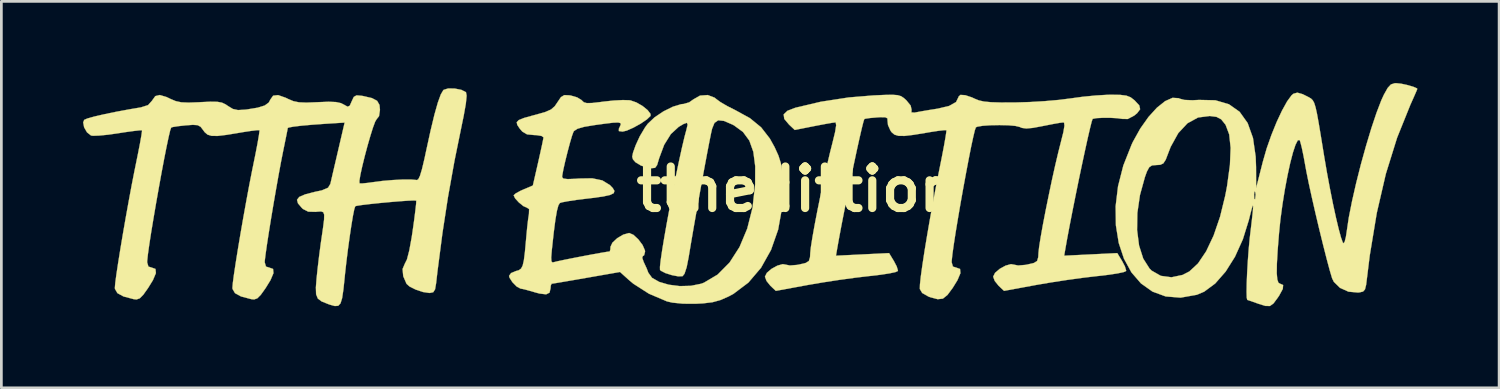
<source format=kicad_pcb>
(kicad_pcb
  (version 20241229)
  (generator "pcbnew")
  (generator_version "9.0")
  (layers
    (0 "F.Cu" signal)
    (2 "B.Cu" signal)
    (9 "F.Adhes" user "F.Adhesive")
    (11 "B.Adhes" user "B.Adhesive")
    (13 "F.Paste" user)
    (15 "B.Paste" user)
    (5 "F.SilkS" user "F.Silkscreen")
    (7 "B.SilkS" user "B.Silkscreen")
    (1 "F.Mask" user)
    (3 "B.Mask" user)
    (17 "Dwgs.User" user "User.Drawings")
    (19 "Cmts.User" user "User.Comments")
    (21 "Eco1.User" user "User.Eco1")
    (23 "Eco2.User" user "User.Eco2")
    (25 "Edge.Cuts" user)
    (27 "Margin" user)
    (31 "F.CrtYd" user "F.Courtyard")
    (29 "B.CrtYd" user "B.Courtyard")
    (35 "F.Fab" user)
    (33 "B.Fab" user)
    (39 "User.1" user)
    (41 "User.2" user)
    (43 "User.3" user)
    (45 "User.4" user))
  (footprint "tthedittion"
    (layer "F.Cu")
    (at 26.23 3.9)
    (property "Reference" "tthedittion" (at 0 0 0) (layer "F.SilkS") (effects (font (size 1.524 1.524) (thickness 0.3))))
    (attr through_hole)
    (fp_poly (pts (xy 22.187 -3.875) (xy 22.414 -3.826) (xy 22.624 -3.765) (xy 22.757 -3.708) (xy 22.775 -3.686) (xy 22.743 -3.604) (xy 22.658 -3.409) (xy 22.539 -3.142) (xy 22.529 -3.122) (xy 22.033 -1.891) (xy 21.62 -0.566) (xy 21.287 0.871) (xy 21.028 2.437) (xy 20.932 3.217) (xy 20.895 3.513) (xy 20.853 3.68) (xy 20.783 3.758) (xy 20.66 3.787) (xy 20.598 3.794) (xy 20.248 3.763) (xy 19.935 3.622) (xy 19.709 3.4) (xy 19.646 3.271) (xy 19.559 2.978) (xy 19.446 2.556) (xy 19.315 2.041) (xy 19.175 1.471) (xy 19.035 0.881) (xy 18.904 0.307) (xy 18.79 -0.212) (xy 18.703 -0.641) (xy 18.665 -0.847) (xy 18.597 -1.219) (xy 18.532 -1.53) (xy 18.478 -1.74) (xy 18.45 -1.81) (xy 18.384 -1.794) (xy 18.302 -1.633) (xy 18.208 -1.35) (xy 18.108 -0.967) (xy 18.008 -0.507) (xy 17.911 0.008) (xy 17.823 0.553) (xy 17.748 1.108) (xy 17.697 1.609) (xy 17.646 2.248) (xy 17.618 2.735) (xy 17.613 3.085) (xy 17.633 3.314) (xy 17.676 3.437) (xy 17.738 3.471) (xy 17.847 3.518) (xy 17.835 3.661) (xy 17.7 3.91) (xy 17.641 3.996) (xy 17.492 4.196) (xy 17.363 4.288) (xy 17.2 4.287) (xy 16.944 4.208) (xy 16.891 4.189) (xy 16.678 4.113) (xy 16.548 4.07) (xy 16.531 4.065) (xy 16.511 3.985) (xy 16.505 3.768) (xy 16.51 3.449) (xy 16.526 3.059) (xy 16.551 2.632) (xy 16.583 2.2) (xy 16.621 1.796) (xy 16.638 1.651) (xy 16.697 1.154) (xy 16.734 0.816) (xy 16.747 0.632) (xy 16.737 0.593) (xy 16.701 0.691) (xy 16.641 0.918) (xy 16.588 1.132) (xy 16.368 1.84) (xy 16.079 2.479) (xy 15.735 3.026) (xy 15.353 3.462) (xy 14.947 3.763) (xy 14.68 3.876) (xy 14.081 3.982) (xy 13.535 3.938) (xy 13.049 3.76) (xy 12.627 3.46) (xy 12.276 3.054) (xy 12.002 2.553) (xy 11.809 1.973) (xy 11.733 1.499) (xy 12.483 1.499) (xy 12.556 2.068) (xy 12.709 2.549) (xy 12.941 2.914) (xy 13.017 2.989) (xy 13.354 3.181) (xy 13.746 3.234) (xy 14.154 3.148) (xy 14.403 3.02) (xy 14.721 2.725) (xy 15.021 2.279) (xy 15.294 1.702) (xy 15.531 1.011) (xy 15.724 0.224) (xy 15.726 0.212) (xy 16.781 0.212) (xy 16.79 0.356) (xy 16.816 0.369) (xy 16.82 0.361) (xy 16.836 0.193) (xy 16.823 0.107) (xy 16.796 0.073) (xy 16.781 0.185) (xy 16.781 0.212) (xy 15.726 0.212) (xy 15.788 -0.117) (xy 15.893 -0.887) (xy 15.919 -1.52) (xy 15.867 -2.012) (xy 15.737 -2.359) (xy 15.724 -2.379) (xy 15.571 -2.568) (xy 15.399 -2.658) (xy 15.153 -2.69) (xy 14.723 -2.635) (xy 14.334 -2.423) (xy 13.996 -2.061) (xy 13.718 -1.559) (xy 13.634 -1.343) (xy 13.535 -1.084) (xy 13.447 -0.949) (xy 13.334 -0.897) (xy 13.198 -0.889) (xy 13.035 -0.876) (xy 12.93 -0.809) (xy 12.844 -0.649) (xy 12.771 -0.448) (xy 12.589 0.213) (xy 12.493 0.872) (xy 12.483 1.499) (xy 11.733 1.499) (xy 11.705 1.326) (xy 11.695 0.628) (xy 11.784 -0.11) (xy 11.978 -0.871) (xy 12.284 -1.644) (xy 12.328 -1.738) (xy 12.601 -2.229) (xy 12.902 -2.654) (xy 13.212 -2.995) (xy 13.513 -3.235) (xy 13.785 -3.357) (xy 14.012 -3.344) (xy 14.05 -3.325) (xy 14.221 -3.28) (xy 14.512 -3.268) (xy 14.759 -3.28) (xy 15.358 -3.267) (xy 15.854 -3.122) (xy 16.249 -2.844) (xy 16.544 -2.431) (xy 16.74 -1.882) (xy 16.839 -1.195) (xy 16.853 -0.81) (xy 16.856 -0.042) (xy 17.104 -1.016) (xy 17.243 -1.499) (xy 17.417 -1.993) (xy 17.609 -2.467) (xy 17.807 -2.889) (xy 17.994 -3.227) (xy 18.158 -3.45) (xy 18.225 -3.507) (xy 18.37 -3.547) (xy 18.563 -3.492) (xy 18.691 -3.429) (xy 18.793 -3.377) (xy 18.872 -3.33) (xy 18.935 -3.267) (xy 18.989 -3.168) (xy 19.038 -3.011) (xy 19.09 -2.777) (xy 19.151 -2.443) (xy 19.227 -1.989) (xy 19.324 -1.394) (xy 19.351 -1.228) (xy 19.455 -0.62) (xy 19.566 -0.024) (xy 19.678 0.538) (xy 19.787 1.04) (xy 19.887 1.459) (xy 19.972 1.771) (xy 20.037 1.952) (xy 20.062 1.987) (xy 20.106 1.934) (xy 20.152 1.753) (xy 20.184 1.543) (xy 20.259 1.04) (xy 20.378 0.44) (xy 20.529 -0.223) (xy 20.704 -0.915) (xy 20.894 -1.599) (xy 21.088 -2.242) (xy 21.278 -2.809) (xy 21.453 -3.265) (xy 21.548 -3.472) (xy 21.688 -3.721) (xy 21.807 -3.849) (xy 21.946 -3.893) (xy 22.002 -3.895) (xy 22.187 -3.875)) (stroke (width 0.01) (type solid)) (fill yes) (layer "F.SilkS"))
    (fp_poly (pts (xy 11.867 -3.465) (xy 12.091 -3.437) (xy 12.247 -3.376) (xy 12.384 -3.27) (xy 12.391 -3.264) (xy 12.564 -3.078) (xy 12.595 -2.938) (xy 12.486 -2.794) (xy 12.384 -2.709) (xy 12.141 -2.579) (xy 11.94 -2.583) (xy 11.755 -2.609) (xy 11.496 -2.623) (xy 11.221 -2.623) (xy 10.989 -2.611) (xy 10.858 -2.586) (xy 10.85 -2.581) (xy 10.816 -2.484) (xy 10.756 -2.245) (xy 10.673 -1.889) (xy 10.574 -1.44) (xy 10.463 -0.923) (xy 10.345 -0.363) (xy 10.227 0.216) (xy 10.112 0.789) (xy 10.006 1.332) (xy 9.914 1.821) (xy 9.859 2.131) (xy 9.805 2.442) (xy 11.756 2.346) (xy 11.931 2.634) (xy 12.037 2.836) (xy 12.081 2.983) (xy 12.079 3.004) (xy 11.989 3.044) (xy 11.764 3.092) (xy 11.437 3.142) (xy 11.041 3.188) (xy 11.018 3.19) (xy 10.517 3.249) (xy 9.926 3.33) (xy 9.319 3.423) (xy 8.791 3.513) (xy 7.597 3.733) (xy 7.397 3.545) (xy 7.256 3.37) (xy 7.197 3.212) (xy 7.197 3.211) (xy 7.267 3.071) (xy 7.439 2.924) (xy 7.654 2.806) (xy 7.852 2.751) (xy 7.948 2.768) (xy 8.114 2.801) (xy 8.381 2.779) (xy 8.459 2.764) (xy 8.695 2.708) (xy 8.811 2.635) (xy 8.853 2.496) (xy 8.862 2.334) (xy 8.886 2.114) (xy 8.942 1.762) (xy 9.023 1.308) (xy 9.124 0.785) (xy 9.238 0.225) (xy 9.357 -0.341) (xy 9.477 -0.881) (xy 9.591 -1.362) (xy 9.68 -1.714) (xy 9.775 -2.093) (xy 9.815 -2.329) (xy 9.803 -2.44) (xy 9.775 -2.455) (xy 9.646 -2.439) (xy 9.4 -2.396) (xy 9.085 -2.334) (xy 9.015 -2.32) (xy 8.657 -2.253) (xy 8.418 -2.231) (xy 8.255 -2.252) (xy 8.165 -2.289) (xy 8.01 -2.326) (xy 7.748 -2.349) (xy 7.428 -2.356) (xy 7.099 -2.35) (xy 6.811 -2.33) (xy 6.615 -2.297) (xy 6.563 -2.273) (xy 6.525 -2.169) (xy 6.466 -1.923) (xy 6.388 -1.562) (xy 6.299 -1.111) (xy 6.201 -0.596) (xy 6.099 -0.043) (xy 5.998 0.522) (xy 5.904 1.073) (xy 5.819 1.585) (xy 5.75 2.032) (xy 5.7 2.388) (xy 5.675 2.627) (xy 5.673 2.683) (xy 5.719 2.841) (xy 5.842 2.879) (xy 5.981 2.929) (xy 5.995 3.083) (xy 5.884 3.344) (xy 5.713 3.621) (xy 5.518 3.884) (xy 5.351 4.018) (xy 5.16 4.039) (xy 4.893 3.968) (xy 4.826 3.945) (xy 4.591 3.812) (xy 4.504 3.664) (xy 4.508 3.505) (xy 4.54 3.204) (xy 4.598 2.786) (xy 4.676 2.274) (xy 4.772 1.694) (xy 4.88 1.069) (xy 4.998 0.423) (xy 5.12 -0.219) (xy 5.218 -0.709) (xy 5.312 -1.178) (xy 5.39 -1.585) (xy 5.446 -1.904) (xy 5.477 -2.108) (xy 5.48 -2.168) (xy 5.388 -2.168) (xy 5.171 -2.143) (xy 4.867 -2.096) (xy 4.736 -2.073) (xy 4.272 -1.997) (xy 3.943 -1.958) (xy 3.72 -1.961) (xy 3.572 -2.005) (xy 3.468 -2.093) (xy 3.426 -2.152) (xy 3.335 -2.355) (xy 3.318 -2.512) (xy 3.313 -2.603) (xy 3.234 -2.643) (xy 3.04 -2.645) (xy 2.921 -2.637) (xy 2.672 -2.615) (xy 2.504 -2.59) (xy 2.466 -2.578) (xy 2.433 -2.482) (xy 2.373 -2.244) (xy 2.291 -1.89) (xy 2.192 -1.443) (xy 2.082 -0.928) (xy 1.965 -0.369) (xy 1.846 0.208) (xy 1.732 0.78) (xy 1.626 1.321) (xy 1.535 1.808) (xy 1.477 2.131) (xy 1.423 2.442) (xy 3.374 2.346) (xy 3.549 2.634) (xy 3.655 2.836) (xy 3.699 2.983) (xy 3.697 3.004) (xy 3.607 3.044) (xy 3.382 3.092) (xy 3.055 3.142) (xy 2.659 3.188) (xy 2.636 3.19) (xy 2.135 3.249) (xy 1.544 3.33) (xy 0.937 3.423) (xy 0.409 3.513) (xy -0.785 3.733) (xy -0.985 3.545) (xy -1.126 3.37) (xy -1.185 3.212) (xy -1.185 3.211) (xy -1.115 3.071) (xy -0.943 2.924) (xy -0.728 2.806) (xy -0.53 2.751) (xy -0.434 2.768) (xy -0.268 2.801) (xy -0.001 2.779) (xy 0.077 2.764) (xy 0.313 2.708) (xy 0.429 2.635) (xy 0.471 2.496) (xy 0.48 2.334) (xy 0.504 2.114) (xy 0.56 1.762) (xy 0.641 1.308) (xy 0.742 0.785) (xy 0.856 0.225) (xy 0.975 -0.341) (xy 1.095 -0.881) (xy 1.209 -1.362) (xy 1.298 -1.714) (xy 1.391 -2.096) (xy 1.431 -2.347) (xy 1.414 -2.453) (xy 1.405 -2.455) (xy 1.284 -2.44) (xy 1.042 -2.398) (xy 0.724 -2.338) (xy 0.611 -2.316) (xy -0.09 -2.177) (xy -0.299 -2.373) (xy -0.475 -2.583) (xy -0.497 -2.748) (xy -0.359 -2.881) (xy -0.064 -2.994) (xy 0.872 -3.214) (xy 1.893 -3.371) (xy 2.794 -3.445) (xy 3.213 -3.464) (xy 3.499 -3.469) (xy 3.687 -3.455) (xy 3.815 -3.417) (xy 3.917 -3.349) (xy 4.008 -3.267) (xy 4.167 -3.073) (xy 4.201 -2.918) (xy 4.199 -2.911) (xy 4.195 -2.823) (xy 4.305 -2.814) (xy 4.382 -2.828) (xy 4.589 -2.866) (xy 4.891 -2.917) (xy 5.165 -2.96) (xy 5.579 -3.059) (xy 5.834 -3.202) (xy 5.926 -3.389) (xy 5.927 -3.403) (xy 5.995 -3.465) (xy 6.171 -3.454) (xy 6.416 -3.373) (xy 6.523 -3.323) (xy 6.674 -3.262) (xy 6.863 -3.22) (xy 7.121 -3.196) (xy 7.482 -3.185) (xy 7.978 -3.186) (xy 8.001 -3.186) (xy 8.53 -3.202) (xy 9.09 -3.235) (xy 9.615 -3.281) (xy 10.033 -3.334) (xy 10.487 -3.396) (xy 10.967 -3.443) (xy 11.393 -3.468) (xy 11.523 -3.471) (xy 11.867 -3.465)) (stroke (width 0.01) (type solid)) (fill yes) (layer "F.SilkS"))
    (fp_poly (pts (xy -3.03 -3.361) (xy -2.978 -3.317) (xy -2.825 -3.204) (xy -2.571 -3.055) (xy -2.276 -2.906) (xy -1.736 -2.61) (xy -1.326 -2.274) (xy -1.005 -1.861) (xy -0.831 -1.547) (xy -0.69 -1.237) (xy -0.603 -0.963) (xy -0.554 -0.659) (xy -0.527 -0.258) (xy -0.525 -0.22) (xy -0.552 0.66) (xy -0.7 1.483) (xy -0.962 2.23) (xy -1.329 2.885) (xy -1.793 3.429) (xy -2.345 3.845) (xy -2.517 3.937) (xy -2.819 4.07) (xy -3.11 4.15) (xy -3.458 4.192) (xy -3.725 4.206) (xy -4.194 4.204) (xy -4.585 4.165) (xy -4.784 4.119) (xy -5.445 3.838) (xy -6.019 3.47) (xy -6.179 3.336) (xy -6.508 3.039) (xy -7.745 3.255) (xy -8.181 3.331) (xy -8.556 3.395) (xy -8.838 3.443) (xy -8.997 3.468) (xy -9.021 3.471) (xy -9.052 3.542) (xy -9.059 3.636) (xy -9.096 3.798) (xy -9.221 3.86) (xy -9.461 3.832) (xy -9.587 3.799) (xy -9.852 3.723) (xy -10.004 3.681) (xy -10.09 3.662) (xy -10.159 3.651) (xy -10.16 3.651) (xy -10.303 3.574) (xy -10.459 3.416) (xy -10.567 3.248) (xy -10.583 3.182) (xy -10.51 3.08) (xy -10.336 3.007) (xy -10.223 2.974) (xy -10.142 2.915) (xy -10.083 2.803) (xy -10.039 2.61) (xy -10.001 2.309) (xy -9.961 1.874) (xy -9.949 1.736) (xy -9.917 1.399) (xy -9.882 1.098) (xy -9.853 0.91) (xy -9.847 0.731) (xy -9.927 0.677) (xy -10.057 0.62) (xy -10.223 0.486) (xy -10.362 0.333) (xy -10.414 0.224) (xy -10.343 0.157) (xy -10.165 0.059) (xy -10.062 0.013) (xy -9.709 -0.137) (xy -9.516 -0.979) (xy -9.435 -1.34) (xy -9.369 -1.642) (xy -9.328 -1.844) (xy -9.318 -1.905) (xy -9.39 -1.957) (xy -9.577 -1.987) (xy -9.663 -1.99) (xy -9.922 -2.015) (xy -10.095 -2.116) (xy -10.191 -2.227) (xy -10.282 -2.363) (xy -10.302 -2.461) (xy -10.228 -2.539) (xy -10.039 -2.616) (xy -9.714 -2.707) (xy -9.57 -2.745) (xy -9.247 -2.838) (xy -9.041 -2.929) (xy -8.905 -3.048) (xy -8.805 -3.195) (xy -8.677 -3.384) (xy -8.554 -3.457) (xy -8.365 -3.449) (xy -8.315 -3.441) (xy -8.082 -3.373) (xy -7.918 -3.273) (xy -7.904 -3.256) (xy -7.835 -3.193) (xy -7.725 -3.163) (xy -7.535 -3.167) (xy -7.228 -3.202) (xy -7.103 -3.219) (xy -6.738 -3.258) (xy -6.403 -3.275) (xy -6.159 -3.268) (xy -6.124 -3.263) (xy -5.905 -3.187) (xy -5.68 -3.057) (xy -5.494 -2.906) (xy -5.388 -2.767) (xy -5.386 -2.693) (xy -5.519 -2.566) (xy -5.748 -2.41) (xy -6.016 -2.262) (xy -6.261 -2.153) (xy -6.412 -2.117) (xy -6.55 -2.136) (xy -6.549 -2.225) (xy -6.519 -2.286) (xy -6.48 -2.375) (xy -6.491 -2.429) (xy -6.576 -2.451) (xy -6.761 -2.444) (xy -7.068 -2.407) (xy -7.434 -2.357) (xy -7.821 -2.293) (xy -8.066 -2.223) (xy -8.195 -2.14) (xy -8.217 -2.109) (xy -8.271 -1.962) (xy -8.348 -1.7) (xy -8.435 -1.373) (xy -8.52 -1.032) (xy -8.589 -0.726) (xy -8.629 -0.507) (xy -8.635 -0.446) (xy -8.59 -0.392) (xy -8.434 -0.372) (xy -8.145 -0.383) (xy -8.018 -0.393) (xy -7.528 -0.401) (xy -7.158 -0.324) (xy -6.879 -0.153) (xy -6.775 -0.044) (xy -6.713 0.062) (xy -6.738 0.144) (xy -6.871 0.21) (xy -7.129 0.267) (xy -7.53 0.322) (xy -7.717 0.344) (xy -8.097 0.391) (xy -8.417 0.439) (xy -8.639 0.481) (xy -8.717 0.506) (xy -8.771 0.592) (xy -8.825 0.793) (xy -8.882 1.123) (xy -8.943 1.593) (xy -9.011 2.219) (xy -9.013 2.232) (xy -9.035 2.508) (xy -9.027 2.649) (xy -8.982 2.69) (xy -8.926 2.676) (xy -8.809 2.647) (xy -8.568 2.596) (xy -8.245 2.531) (xy -7.883 2.461) (xy -7.523 2.393) (xy -7.208 2.336) (xy -6.98 2.298) (xy -6.886 2.286) (xy -6.863 2.215) (xy -6.858 2.115) (xy -6.787 1.963) (xy -6.612 1.8) (xy -6.391 1.668) (xy -6.179 1.609) (xy -6.167 1.609) (xy -6.013 1.676) (xy -5.835 1.842) (xy -5.679 2.05) (xy -5.593 2.246) (xy -5.588 2.292) (xy -5.623 2.427) (xy -5.669 2.455) (xy -5.692 2.519) (xy -5.638 2.674) (xy -5.631 2.688) (xy -5.53 2.905) (xy -5.469 3.065) (xy -5.332 3.254) (xy -5.068 3.404) (xy -4.716 3.507) (xy -4.316 3.558) (xy -3.908 3.548) (xy -3.53 3.472) (xy -3.425 3.433) (xy -2.923 3.135) (xy -2.485 2.693) (xy -2.119 2.124) (xy -1.835 1.446) (xy -1.64 0.675) (xy -1.545 -0.172) (xy -1.545 -0.176) (xy -1.542 -0.843) (xy -1.611 -1.374) (xy -1.758 -1.787) (xy -1.992 -2.104) (xy -2.32 -2.344) (xy -2.374 -2.373) (xy -2.689 -2.509) (xy -2.902 -2.532) (xy -3.039 -2.436) (xy -3.126 -2.223) (xy -3.166 -2.046) (xy -3.229 -1.732) (xy -3.311 -1.306) (xy -3.406 -0.798) (xy -3.51 -0.235) (xy -3.616 0.354) (xy -3.721 0.942) (xy -3.819 1.5) (xy -3.905 2.001) (xy -3.974 2.416) (xy -3.985 2.484) (xy -4.059 2.861) (xy -4.139 3.105) (xy -4.21 3.194) (xy -4.37 3.2) (xy -4.603 3.155) (xy -4.84 3.08) (xy -5.007 2.994) (xy -5.039 2.962) (xy -5.041 2.851) (xy -5.013 2.6) (xy -4.959 2.233) (xy -4.883 1.774) (xy -4.79 1.248) (xy -4.685 0.681) (xy -4.573 0.096) (xy -4.457 -0.481) (xy -4.343 -1.025) (xy -4.236 -1.513) (xy -4.14 -1.919) (xy -4.07 -2.18) (xy -4.025 -2.371) (xy -4.051 -2.44) (xy -4.173 -2.397) (xy -4.354 -2.29) (xy -4.64 -2.027) (xy -4.886 -1.632) (xy -5.07 -1.14) (xy -5.078 -1.112) (xy -5.146 -0.886) (xy -5.22 -0.786) (xy -5.35 -0.772) (xy -5.483 -0.792) (xy -5.736 -0.868) (xy -5.936 -0.988) (xy -5.947 -0.999) (xy -6.032 -1.096) (xy -6.06 -1.194) (xy -6.03 -1.344) (xy -5.939 -1.598) (xy -5.933 -1.615) (xy -5.781 -1.945) (xy -5.589 -2.269) (xy -5.49 -2.403) (xy -5.24 -2.639) (xy -4.913 -2.859) (xy -4.566 -3.031) (xy -4.259 -3.124) (xy -4.17 -3.132) (xy -3.968 -3.191) (xy -3.81 -3.302) (xy -3.569 -3.439) (xy -3.285 -3.459) (xy -3.03 -3.361)) (stroke (width 0.01) (type solid)) (fill yes) (layer "F.SilkS"))
    (fp_poly (pts (xy -12.58 -3.698) (xy -12.335 -3.65) (xy -12.167 -3.565) (xy -12.165 -3.563) (xy -12.142 -3.434) (xy -12.17 -3.145) (xy -12.249 -2.698) (xy -12.303 -2.438) (xy -12.588 -1.041) (xy -12.826 0.285) (xy -13.03 1.612) (xy -13.212 3.014) (xy -13.262 3.45) (xy -13.301 3.678) (xy -13.368 3.783) (xy -13.495 3.81) (xy -13.512 3.81) (xy -13.746 3.775) (xy -14.01 3.687) (xy -14.236 3.574) (xy -14.347 3.477) (xy -14.47 3.194) (xy -14.494 2.93) (xy -14.415 2.743) (xy -14.334 2.581) (xy -14.249 2.256) (xy -14.161 1.774) (xy -14.125 1.536) (xy -14.068 1.13) (xy -14.025 0.787) (xy -13.997 0.54) (xy -13.991 0.423) (xy -13.992 0.419) (xy -14.077 0.412) (xy -14.292 0.421) (xy -14.599 0.442) (xy -14.959 0.472) (xy -15.335 0.507) (xy -15.689 0.544) (xy -15.982 0.579) (xy -16.175 0.609) (xy -16.232 0.625) (xy -16.267 0.73) (xy -16.316 0.972) (xy -16.374 1.319) (xy -16.437 1.741) (xy -16.501 2.205) (xy -16.56 2.682) (xy -16.611 3.138) (xy -16.618 3.216) (xy -16.667 3.68) (xy -16.714 3.998) (xy -16.773 4.191) (xy -16.858 4.281) (xy -16.983 4.29) (xy -17.16 4.241) (xy -17.23 4.216) (xy -17.465 4.122) (xy -17.606 4.016) (xy -17.67 3.859) (xy -17.678 3.608) (xy -17.655 3.306) (xy -17.615 2.919) (xy -17.559 2.448) (xy -17.497 1.979) (xy -17.477 1.842) (xy -17.414 1.407) (xy -17.377 1.114) (xy -17.373 0.935) (xy -17.406 0.845) (xy -17.483 0.816) (xy -17.609 0.823) (xy -17.687 0.831) (xy -17.959 0.824) (xy -18.153 0.725) (xy -18.195 0.685) (xy -18.336 0.519) (xy -18.372 0.389) (xy -18.289 0.283) (xy -18.072 0.189) (xy -17.709 0.095) (xy -17.462 0.043) (xy -17.231 -0.055) (xy -17.146 -0.197) (xy -17.111 -0.348) (xy -17.047 -0.625) (xy -16.962 -0.989) (xy -16.866 -1.401) (xy -16.863 -1.414) (xy -16.622 -2.448) (xy -17.307 -2.405) (xy -17.79 -2.371) (xy -18.197 -2.335) (xy -18.501 -2.299) (xy -18.677 -2.266) (xy -18.711 -2.248) (xy -18.727 -2.159) (xy -18.771 -1.94) (xy -18.834 -1.629) (xy -18.884 -1.385) (xy -18.96 -1) (xy -19.047 -0.53) (xy -19.14 -0.006) (xy -19.235 0.542) (xy -19.326 1.086) (xy -19.408 1.596) (xy -19.477 2.042) (xy -19.527 2.395) (xy -19.555 2.625) (xy -19.558 2.683) (xy -19.511 2.841) (xy -19.389 2.879) (xy -19.251 2.928) (xy -19.236 3.081) (xy -19.345 3.339) (xy -19.524 3.63) (xy -19.7 3.877) (xy -19.829 4.007) (xy -19.947 4.048) (xy -20.053 4.037) (xy -20.427 3.938) (xy -20.65 3.816) (xy -20.74 3.661) (xy -20.743 3.616) (xy -20.728 3.439) (xy -20.686 3.122) (xy -20.621 2.694) (xy -20.539 2.183) (xy -20.444 1.616) (xy -20.34 1.02) (xy -20.232 0.423) (xy -20.126 -0.147) (xy -20.025 -0.663) (xy -19.981 -0.878) (xy -19.892 -1.316) (xy -19.82 -1.692) (xy -19.771 -1.977) (xy -19.749 -2.14) (xy -19.75 -2.168) (xy -19.842 -2.168) (xy -20.06 -2.142) (xy -20.363 -2.096) (xy -20.495 -2.073) (xy -20.957 -1.997) (xy -21.284 -1.958) (xy -21.507 -1.96) (xy -21.656 -2.005) (xy -21.762 -2.095) (xy -21.816 -2.169) (xy -21.911 -2.293) (xy -22.02 -2.353) (xy -22.197 -2.365) (xy -22.46 -2.346) (xy -22.732 -2.316) (xy -22.926 -2.286) (xy -22.992 -2.266) (xy -23.029 -2.164) (xy -23.087 -1.919) (xy -23.163 -1.559) (xy -23.252 -1.11) (xy -23.349 -0.596) (xy -23.449 -0.044) (xy -23.549 0.52) (xy -23.643 1.071) (xy -23.728 1.582) (xy -23.797 2.028) (xy -23.847 2.384) (xy -23.873 2.623) (xy -23.876 2.683) (xy -23.829 2.841) (xy -23.707 2.879) (xy -23.569 2.928) (xy -23.554 3.081) (xy -23.663 3.339) (xy -23.842 3.63) (xy -24.018 3.877) (xy -24.147 4.007) (xy -24.265 4.048) (xy -24.371 4.037) (xy -24.745 3.938) (xy -24.968 3.816) (xy -25.058 3.661) (xy -25.061 3.616) (xy -25.046 3.439) (xy -25.004 3.122) (xy -24.939 2.694) (xy -24.857 2.183) (xy -24.762 1.616) (xy -24.658 1.02) (xy -24.55 0.423) (xy -24.444 -0.147) (xy -24.343 -0.663) (xy -24.299 -0.878) (xy -24.21 -1.316) (xy -24.137 -1.691) (xy -24.087 -1.975) (xy -24.064 -2.137) (xy -24.065 -2.164) (xy -24.154 -2.163) (xy -24.375 -2.138) (xy -24.689 -2.095) (xy -24.944 -2.055) (xy -25.317 -2.002) (xy -25.638 -1.971) (xy -25.863 -1.963) (xy -25.937 -1.973) (xy -26.084 -2.089) (xy -26.19 -2.272) (xy -26.225 -2.454) (xy -26.188 -2.547) (xy -26.07 -2.599) (xy -25.815 -2.67) (xy -25.451 -2.754) (xy -25.01 -2.845) (xy -24.519 -2.936) (xy -24.105 -3.006) (xy -23.841 -3.09) (xy -23.694 -3.254) (xy -23.689 -3.264) (xy -23.576 -3.42) (xy -23.412 -3.46) (xy -23.165 -3.387) (xy -23.008 -3.312) (xy -22.823 -3.235) (xy -22.62 -3.192) (xy -22.351 -3.181) (xy -21.965 -3.195) (xy -21.926 -3.198) (xy -21.551 -3.215) (xy -21.299 -3.211) (xy -21.128 -3.18) (xy -20.993 -3.116) (xy -20.907 -3.057) (xy -20.727 -2.948) (xy -20.539 -2.907) (xy -20.272 -2.923) (xy -20.214 -2.93) (xy -19.816 -2.995) (xy -19.558 -3.075) (xy -19.409 -3.183) (xy -19.348 -3.297) (xy -19.249 -3.436) (xy -19.066 -3.457) (xy -18.783 -3.358) (xy -18.69 -3.312) (xy -18.504 -3.234) (xy -18.299 -3.192) (xy -18.026 -3.181) (xy -17.637 -3.196) (xy -17.616 -3.197) (xy -17.214 -3.213) (xy -16.941 -3.202) (xy -16.757 -3.162) (xy -16.655 -3.11) (xy -16.513 -3.032) (xy -16.434 -3.067) (xy -16.362 -3.23) (xy -16.286 -3.391) (xy -16.183 -3.448) (xy -15.99 -3.431) (xy -15.944 -3.423) (xy -15.618 -3.347) (xy -15.429 -3.247) (xy -15.342 -3.096) (xy -15.325 -2.915) (xy -15.359 -2.684) (xy -15.447 -2.572) (xy -15.501 -2.482) (xy -15.582 -2.264) (xy -15.679 -1.954) (xy -15.784 -1.59) (xy -15.886 -1.207) (xy -15.976 -0.841) (xy -16.044 -0.53) (xy -16.08 -0.309) (xy -16.076 -0.216) (xy -15.982 -0.212) (xy -15.774 -0.233) (xy -15.593 -0.258) (xy -15.243 -0.304) (xy -14.86 -0.337) (xy -14.492 -0.356) (xy -14.188 -0.357) (xy -13.996 -0.34) (xy -13.979 -0.335) (xy -13.92 -0.36) (xy -13.857 -0.487) (xy -13.782 -0.734) (xy -13.69 -1.12) (xy -13.631 -1.397) (xy -13.466 -2.151) (xy -13.323 -2.744) (xy -13.198 -3.185) (xy -13.091 -3.48) (xy -12.999 -3.637) (xy -12.985 -3.65) (xy -12.822 -3.701) (xy -12.58 -3.698)) (stroke (width 0.01) (type solid)) (fill yes) (layer "F.SilkS")))
  (gr_rect
    (start -3 -3)
    (end 52.01 11.195)
    (stroke (width 0.1) (type default))
    (fill no)
    (layer "Edge.Cuts")))
</source>
